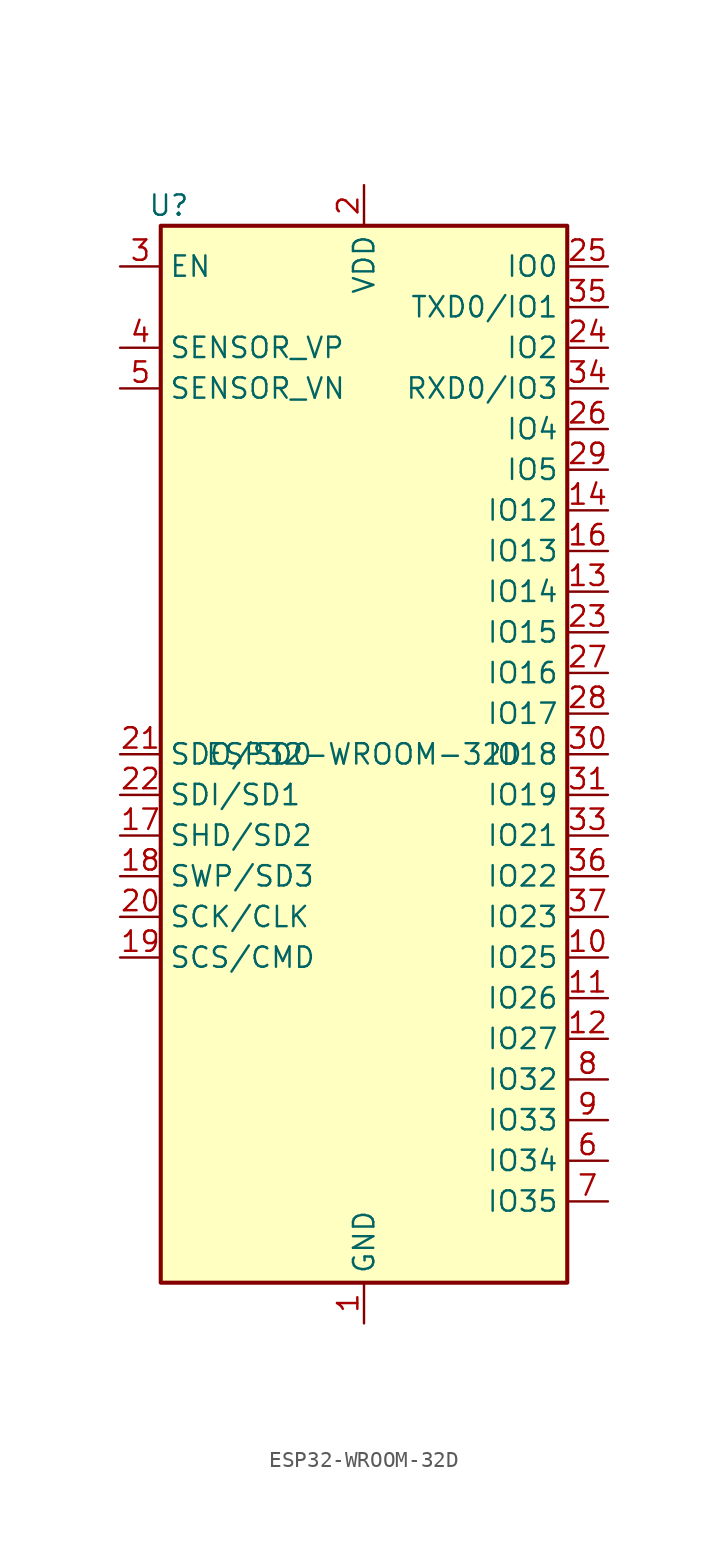
<source format=kicad_sym>
(kicad_symbol_lib
  (version 20231120)
  (generator "kicad_symbol_editor")
  (generator_version "8.0")
  (symbol "ESP32-WROOM-32D"
    (property "Reference" "U"
      (at -12.192 34.29 0)
      (effects (font (size 1.27 1.27))))
    (property "Value" "ESP32-WROOM-32D"
      (at 0 0 0)
      (effects (font (size 1.27 1.27))))
    (symbol "ESP32-WROOM-32D_0_1"
      (rectangle (start -12.7 33.02) (end 12.7 -33.02) (stroke (width 0.254) (type default)) (fill (type background))))
    (symbol "ESP32-WROOM-32D_1_1"
      (pin power_in line (at 0 -35.56 90) (length 2.54) (name "GND" (effects (font (size 1.27 1.27)))) (number "1" (effects (font (size 1.27 1.27)))))
      (pin bidirectional line (at 15.24 -12.7 180) (length 2.54) (name "IO25" (effects (font (size 1.27 1.27)))) (number "10" (effects (font (size 1.27 1.27)))))
      (pin bidirectional line (at 15.24 -15.24 180) (length 2.54) (name "IO26" (effects (font (size 1.27 1.27)))) (number "11" (effects (font (size 1.27 1.27)))))
      (pin bidirectional line (at 15.24 -17.78 180) (length 2.54) (name "IO27" (effects (font (size 1.27 1.27)))) (number "12" (effects (font (size 1.27 1.27)))))
      (pin bidirectional line (at 15.24 10.16 180) (length 2.54) (name "IO14" (effects (font (size 1.27 1.27)))) (number "13" (effects (font (size 1.27 1.27)))))
      (pin bidirectional line (at 15.24 15.24 180) (length 2.54) (name "IO12" (effects (font (size 1.27 1.27)))) (number "14" (effects (font (size 1.27 1.27)))))
      (pin passive line (at 0 -35.56 90) (length 2.54) hide (name "GND" (effects (font (size 1.27 1.27)))) (number "15" (effects (font (size 1.27 1.27)))))
      (pin bidirectional line (at 15.24 12.7 180) (length 2.54) (name "IO13" (effects (font (size 1.27 1.27)))) (number "16" (effects (font (size 1.27 1.27)))))
      (pin bidirectional line (at -15.24 -5.08 0) (length 2.54) (name "SHD/SD2" (effects (font (size 1.27 1.27)))) (number "17" (effects (font (size 1.27 1.27)))))
      (pin bidirectional line (at -15.24 -7.62 0) (length 2.54) (name "SWP/SD3" (effects (font (size 1.27 1.27)))) (number "18" (effects (font (size 1.27 1.27)))))
      (pin bidirectional line (at -15.24 -12.7 0) (length 2.54) (name "SCS/CMD" (effects (font (size 1.27 1.27)))) (number "19" (effects (font (size 1.27 1.27)))))
      (pin power_in line (at 0 35.56 270) (length 2.54) (name "VDD" (effects (font (size 1.27 1.27)))) (number "2" (effects (font (size 1.27 1.27)))))
      (pin bidirectional line (at -15.24 -10.16 0) (length 2.54) (name "SCK/CLK" (effects (font (size 1.27 1.27)))) (number "20" (effects (font (size 1.27 1.27)))))
      (pin bidirectional line (at -15.24 0 0) (length 2.54) (name "SDO/SD0" (effects (font (size 1.27 1.27)))) (number "21" (effects (font (size 1.27 1.27)))))
      (pin bidirectional line (at -15.24 -2.54 0) (length 2.54) (name "SDI/SD1" (effects (font (size 1.27 1.27)))) (number "22" (effects (font (size 1.27 1.27)))))
      (pin bidirectional line (at 15.24 7.62 180) (length 2.54) (name "IO15" (effects (font (size 1.27 1.27)))) (number "23" (effects (font (size 1.27 1.27)))))
      (pin bidirectional line (at 15.24 25.4 180) (length 2.54) (name "IO2" (effects (font (size 1.27 1.27)))) (number "24" (effects (font (size 1.27 1.27)))))
      (pin bidirectional line (at 15.24 30.48 180) (length 2.54) (name "IO0" (effects (font (size 1.27 1.27)))) (number "25" (effects (font (size 1.27 1.27)))))
      (pin bidirectional line (at 15.24 20.32 180) (length 2.54) (name "IO4" (effects (font (size 1.27 1.27)))) (number "26" (effects (font (size 1.27 1.27)))))
      (pin bidirectional line (at 15.24 5.08 180) (length 2.54) (name "IO16" (effects (font (size 1.27 1.27)))) (number "27" (effects (font (size 1.27 1.27)))))
      (pin bidirectional line (at 15.24 2.54 180) (length 2.54) (name "IO17" (effects (font (size 1.27 1.27)))) (number "28" (effects (font (size 1.27 1.27)))))
      (pin bidirectional line (at 15.24 17.78 180) (length 2.54) (name "IO5" (effects (font (size 1.27 1.27)))) (number "29" (effects (font (size 1.27 1.27)))))
      (pin input line (at -15.24 30.48 0) (length 2.54) (name "EN" (effects (font (size 1.27 1.27)))) (number "3" (effects (font (size 1.27 1.27)))))
      (pin bidirectional line (at 15.24 0 180) (length 2.54) (name "IO18" (effects (font (size 1.27 1.27)))) (number "30" (effects (font (size 1.27 1.27)))))
      (pin bidirectional line (at 15.24 -2.54 180) (length 2.54) (name "IO19" (effects (font (size 1.27 1.27)))) (number "31" (effects (font (size 1.27 1.27)))))
      (pin no_connect line (at -12.7 -27.94 0) (length 2.54) hide (name "NC" (effects (font (size 1.27 1.27)))) (number "32" (effects (font (size 1.27 1.27)))))
      (pin bidirectional line (at 15.24 -5.08 180) (length 2.54) (name "IO21" (effects (font (size 1.27 1.27)))) (number "33" (effects (font (size 1.27 1.27)))))
      (pin bidirectional line (at 15.24 22.86 180) (length 2.54) (name "RXD0/IO3" (effects (font (size 1.27 1.27)))) (number "34" (effects (font (size 1.27 1.27)))))
      (pin bidirectional line (at 15.24 27.94 180) (length 2.54) (name "TXD0/IO1" (effects (font (size 1.27 1.27)))) (number "35" (effects (font (size 1.27 1.27)))))
      (pin bidirectional line (at 15.24 -7.62 180) (length 2.54) (name "IO22" (effects (font (size 1.27 1.27)))) (number "36" (effects (font (size 1.27 1.27)))))
      (pin bidirectional line (at 15.24 -10.16 180) (length 2.54) (name "IO23" (effects (font (size 1.27 1.27)))) (number "37" (effects (font (size 1.27 1.27)))))
      (pin passive line (at 0 -35.56 90) (length 2.54) hide (name "GND" (effects (font (size 1.27 1.27)))) (number "38" (effects (font (size 1.27 1.27)))))
      (pin passive line (at 0 -35.56 90) (length 2.54) hide (name "GND" (effects (font (size 1.27 1.27)))) (number "39" (effects (font (size 1.27 1.27)))))
      (pin input line (at -15.24 25.4 0) (length 2.54) (name "SENSOR_VP" (effects (font (size 1.27 1.27)))) (number "4" (effects (font (size 1.27 1.27)))))
      (pin input line (at -15.24 22.86 0) (length 2.54) (name "SENSOR_VN" (effects (font (size 1.27 1.27)))) (number "5" (effects (font (size 1.27 1.27)))))
      (pin input line (at 15.24 -25.4 180) (length 2.54) (name "IO34" (effects (font (size 1.27 1.27)))) (number "6" (effects (font (size 1.27 1.27)))))
      (pin input line (at 15.24 -27.94 180) (length 2.54) (name "IO35" (effects (font (size 1.27 1.27)))) (number "7" (effects (font (size 1.27 1.27)))))
      (pin bidirectional line (at 15.24 -20.32 180) (length 2.54) (name "IO32" (effects (font (size 1.27 1.27)))) (number "8" (effects (font (size 1.27 1.27)))))
      (pin bidirectional line (at 15.24 -22.86 180) (length 2.54) (name "IO33" (effects (font (size 1.27 1.27)))) (number "9" (effects (font (size 1.27 1.27))))))))
</source>
